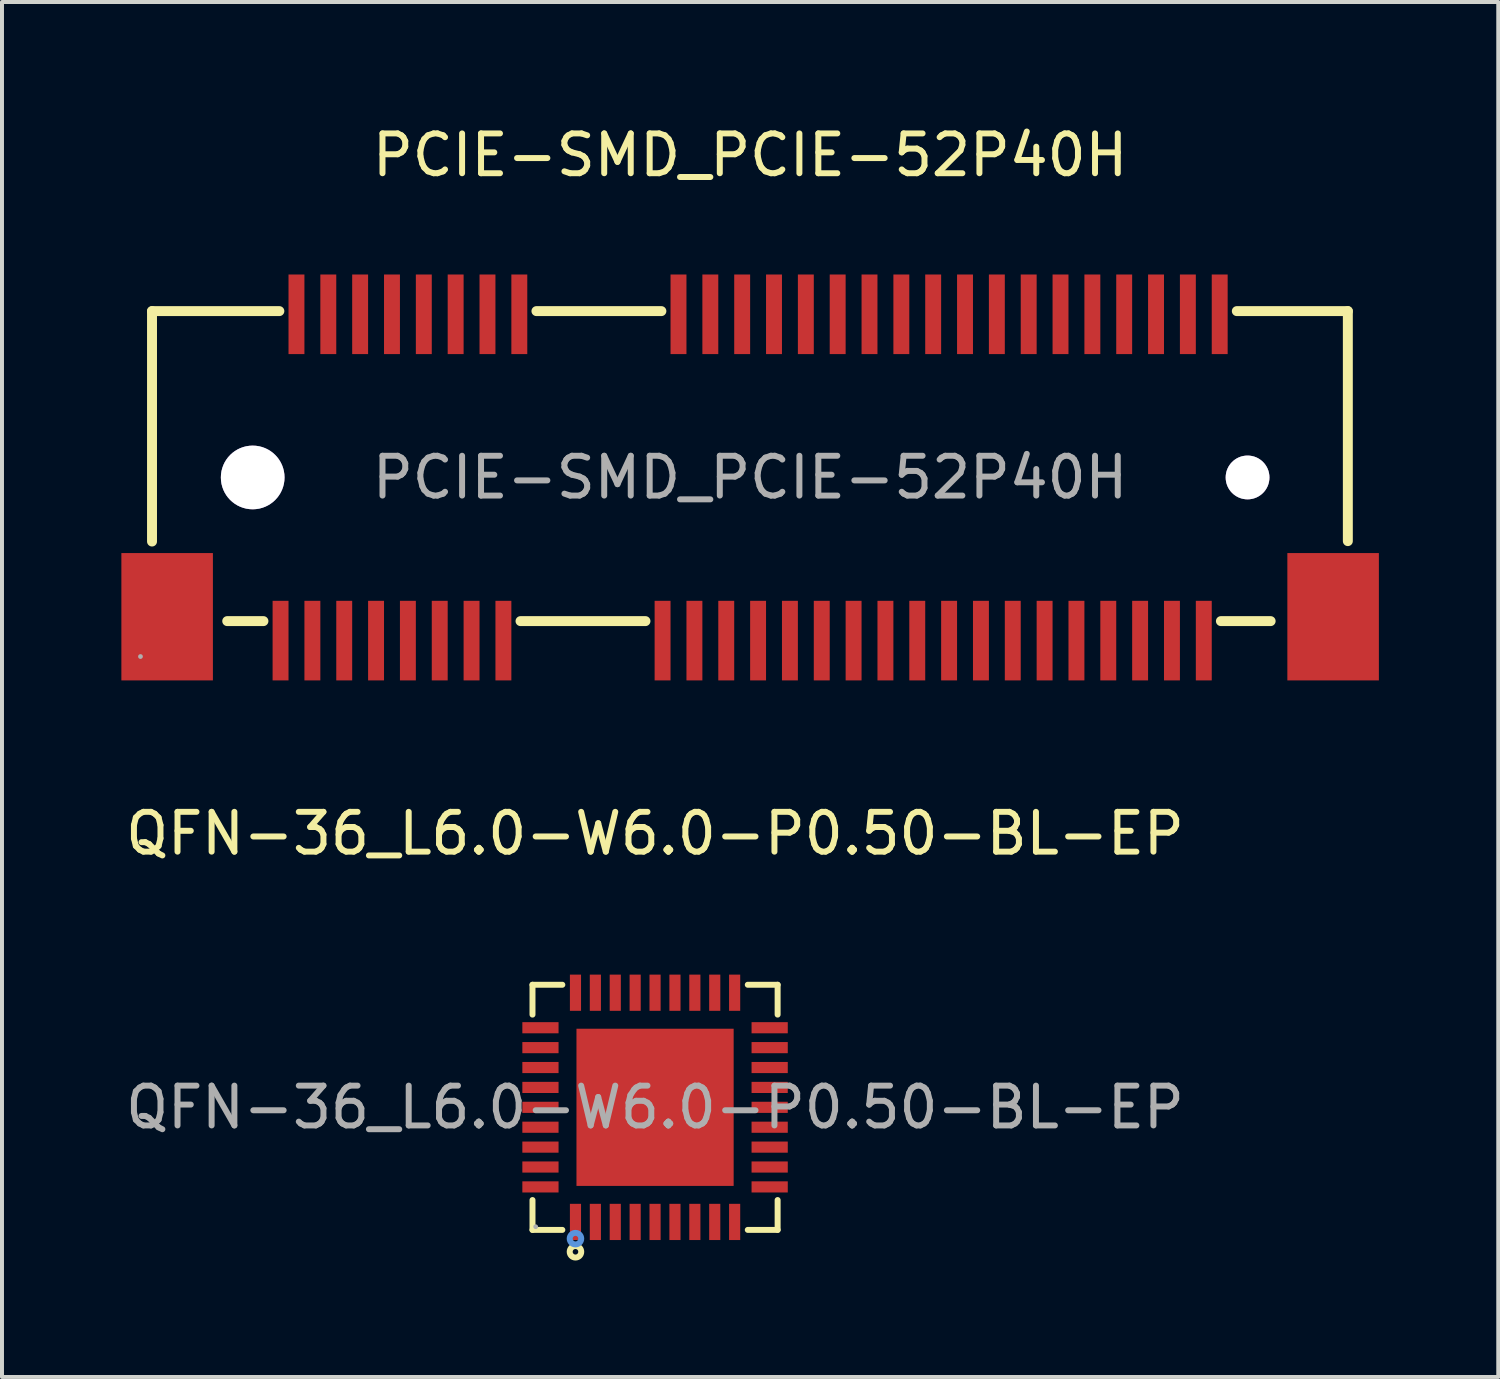
<source format=kicad_pcb>
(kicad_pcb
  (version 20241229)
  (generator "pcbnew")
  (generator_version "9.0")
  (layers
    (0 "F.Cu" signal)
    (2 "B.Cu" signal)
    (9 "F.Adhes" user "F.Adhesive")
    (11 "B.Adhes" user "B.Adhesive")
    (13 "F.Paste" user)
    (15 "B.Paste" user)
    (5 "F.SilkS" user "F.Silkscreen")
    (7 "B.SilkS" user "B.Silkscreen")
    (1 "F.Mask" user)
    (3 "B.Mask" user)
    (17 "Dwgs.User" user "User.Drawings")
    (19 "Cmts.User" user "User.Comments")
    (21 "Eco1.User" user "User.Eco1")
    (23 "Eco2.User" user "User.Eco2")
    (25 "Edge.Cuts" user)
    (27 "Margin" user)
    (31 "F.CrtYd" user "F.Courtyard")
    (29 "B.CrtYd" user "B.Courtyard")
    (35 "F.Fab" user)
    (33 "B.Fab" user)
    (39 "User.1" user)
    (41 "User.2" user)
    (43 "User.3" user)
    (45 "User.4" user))
  (footprint "QFN-36_L6.0-W6.0-P0.50-BL-EP"
    (layer "F.Cu")
    (at 13.411 24.776)
    (property "Reference" "QFN-36_L6.0-W6.0-P0.50-BL-EP" (at 0 -6.88 0) (layer "F.SilkS") (effects (font (size 1 1) (thickness 0.15))))
    (attr through_hole)
    (fp_line (start -3.08 -3.08) (end -2.33 -3.08) (stroke (width 0.15) (type solid)) (layer "F.SilkS"))
    (fp_line (start -3.08 -2.33) (end -3.08 -3.08) (stroke (width 0.15) (type solid)) (layer "F.SilkS"))
    (fp_line (start -3.08 2.33) (end -3.08 3.08) (stroke (width 0.15) (type solid)) (layer "F.SilkS"))
    (fp_line (start -3.08 3.08) (end -2.33 3.08) (stroke (width 0.15) (type solid)) (layer "F.SilkS"))
    (fp_line (start 3.08 -3.08) (end 2.33 -3.08) (stroke (width 0.15) (type solid)) (layer "F.SilkS"))
    (fp_line (start 3.08 -2.33) (end 3.08 -3.08) (stroke (width 0.15) (type solid)) (layer "F.SilkS"))
    (fp_line (start 3.08 2.33) (end 3.08 3.08) (stroke (width 0.15) (type solid)) (layer "F.SilkS"))
    (fp_line (start 3.08 3.08) (end 2.33 3.08) (stroke (width 0.15) (type solid)) (layer "F.SilkS"))
    (fp_circle (center -2 3.63) (end -1.93 3.63) (stroke (width 0.15) (type solid)) (fill no) (layer "F.SilkS"))
    (fp_circle (center -2 3.3) (end -1.93 3.3) (stroke (width 0.15) (type solid)) (fill no) (layer "Cmts.User"))
    (fp_circle (center -3 3) (end -2.97 3) (stroke (width 0.06) (type solid)) (fill no) (layer "F.Fab"))
    (fp_text user "${REFERENCE}" (at 0 0 0) (layer "F.Fab") (effects (font (size 1 1) (thickness 0.15))))
    (pad "1" smd rect (at -2 2.88) (size 0.28 0.91) (layers "F.Cu" "F.Mask" "F.Paste"))
    (pad "2" smd rect (at -1.5 2.88) (size 0.28 0.91) (layers "F.Cu" "F.Mask" "F.Paste"))
    (pad "3" smd rect (at -1 2.88) (size 0.28 0.91) (layers "F.Cu" "F.Mask" "F.Paste"))
    (pad "4" smd rect (at -0.5 2.88) (size 0.28 0.91) (layers "F.Cu" "F.Mask" "F.Paste"))
    (pad "5" smd rect (at 0 2.88) (size 0.28 0.91) (layers "F.Cu" "F.Mask" "F.Paste"))
    (pad "6" smd rect (at 0.5 2.88) (size 0.28 0.91) (layers "F.Cu" "F.Mask" "F.Paste"))
    (pad "7" smd rect (at 1 2.88) (size 0.28 0.91) (layers "F.Cu" "F.Mask" "F.Paste"))
    (pad "8" smd rect (at 1.5 2.88) (size 0.28 0.91) (layers "F.Cu" "F.Mask" "F.Paste"))
    (pad "9" smd rect (at 2 2.88) (size 0.28 0.91) (layers "F.Cu" "F.Mask" "F.Paste"))
    (pad "10" smd rect (at 2.88 2) (size 0.91 0.28) (layers "F.Cu" "F.Mask" "F.Paste"))
    (pad "11" smd rect (at 2.88 1.5) (size 0.91 0.28) (layers "F.Cu" "F.Mask" "F.Paste"))
    (pad "12" smd rect (at 2.88 1) (size 0.91 0.28) (layers "F.Cu" "F.Mask" "F.Paste"))
    (pad "13" smd rect (at 2.88 0.5) (size 0.91 0.28) (layers "F.Cu" "F.Mask" "F.Paste"))
    (pad "14" smd rect (at 2.88 0) (size 0.91 0.28) (layers "F.Cu" "F.Mask" "F.Paste"))
    (pad "15" smd rect (at 2.88 -0.5) (size 0.91 0.28) (layers "F.Cu" "F.Mask" "F.Paste"))
    (pad "16" smd rect (at 2.88 -1) (size 0.91 0.28) (layers "F.Cu" "F.Mask" "F.Paste"))
    (pad "17" smd rect (at 2.88 -1.5) (size 0.91 0.28) (layers "F.Cu" "F.Mask" "F.Paste"))
    (pad "18" smd rect (at 2.88 -2) (size 0.91 0.28) (layers "F.Cu" "F.Mask" "F.Paste"))
    (pad "19" smd rect (at 2 -2.88) (size 0.28 0.91) (layers "F.Cu" "F.Mask" "F.Paste"))
    (pad "20" smd rect (at 1.5 -2.88) (size 0.28 0.91) (layers "F.Cu" "F.Mask" "F.Paste"))
    (pad "21" smd rect (at 1 -2.88) (size 0.28 0.91) (layers "F.Cu" "F.Mask" "F.Paste"))
    (pad "22" smd rect (at 0.5 -2.88) (size 0.28 0.91) (layers "F.Cu" "F.Mask" "F.Paste"))
    (pad "23" smd rect (at 0 -2.88) (size 0.28 0.91) (layers "F.Cu" "F.Mask" "F.Paste"))
    (pad "24" smd rect (at -0.5 -2.88) (size 0.28 0.91) (layers "F.Cu" "F.Mask" "F.Paste"))
    (pad "25" smd rect (at -1 -2.88) (size 0.28 0.91) (layers "F.Cu" "F.Mask" "F.Paste"))
    (pad "26" smd rect (at -1.5 -2.88) (size 0.28 0.91) (layers "F.Cu" "F.Mask" "F.Paste"))
    (pad "27" smd rect (at -2 -2.88) (size 0.28 0.91) (layers "F.Cu" "F.Mask" "F.Paste"))
    (pad "28" smd rect (at -2.88 -2) (size 0.91 0.28) (layers "F.Cu" "F.Mask" "F.Paste"))
    (pad "29" smd rect (at -2.88 -1.5) (size 0.91 0.28) (layers "F.Cu" "F.Mask" "F.Paste"))
    (pad "30" smd rect (at -2.88 -1) (size 0.91 0.28) (layers "F.Cu" "F.Mask" "F.Paste"))
    (pad "31" smd rect (at -2.88 -0.5) (size 0.91 0.28) (layers "F.Cu" "F.Mask" "F.Paste"))
    (pad "32" smd rect (at -2.88 0) (size 0.91 0.28) (layers "F.Cu" "F.Mask" "F.Paste"))
    (pad "33" smd rect (at -2.88 0.5) (size 0.91 0.28) (layers "F.Cu" "F.Mask" "F.Paste"))
    (pad "34" smd rect (at -2.88 1) (size 0.91 0.28) (layers "F.Cu" "F.Mask" "F.Paste"))
    (pad "35" smd rect (at -2.88 1.5) (size 0.91 0.28) (layers "F.Cu" "F.Mask" "F.Paste"))
    (pad "36" smd rect (at -2.88 2) (size 0.91 0.28) (layers "F.Cu" "F.Mask" "F.Paste"))
    (pad "37" smd rect (at 0 0) (size 3.95 3.95) (layers "F.Cu" "F.Mask" "F.Paste")))
  (footprint "PCIE-SMD_PCIE-52P40H"
    (layer "F.Cu")
    (at 15.8 8.948)
    (property "Reference" "PCIE-SMD_PCIE-52P40H" (at 0 -8.1 0) (layer "F.SilkS") (effects (font (size 1 1) (thickness 0.15))))
    (attr through_hole)
    (fp_line (start -15.03 -4.18) (end -11.83 -4.18) (stroke (width 0.25) (type solid)) (layer "F.SilkS"))
    (fp_line (start -15.03 1.61) (end -15.03 -4.18) (stroke (width 0.25) (type solid)) (layer "F.SilkS"))
    (fp_line (start -13.14 3.61) (end -12.23 3.61) (stroke (width 0.25) (type solid)) (layer "F.SilkS"))
    (fp_line (start -5.77 3.61) (end -2.63 3.61) (stroke (width 0.25) (type solid)) (layer "F.SilkS"))
    (fp_line (start -5.37 -4.18) (end -2.23 -4.18) (stroke (width 0.25) (type solid)) (layer "F.SilkS"))
    (fp_line (start 11.83 3.61) (end 13.08 3.61) (stroke (width 0.25) (type solid)) (layer "F.SilkS"))
    (fp_line (start 12.23 -4.18) (end 15.02 -4.18) (stroke (width 0.25) (type solid)) (layer "F.SilkS"))
    (fp_line (start 15.02 -4.18) (end 15.02 1.6) (stroke (width 0.25) (type solid)) (layer "F.SilkS"))
    (fp_circle (center -12.5 0) (end -12.14 0) (stroke (width 0.72) (type solid)) (fill no) (layer "Cmts.User"))
    (fp_circle (center 12.5 0) (end 12.74 0) (stroke (width 0.48) (type solid)) (fill no) (layer "Cmts.User"))
    (fp_circle (center -15.32 4.5) (end -15.29 4.5) (stroke (width 0.06) (type solid)) (fill no) (layer "F.Fab"))
    (fp_text user "${REFERENCE}" (at 0 0 0) (layer "F.Fab") (effects (font (size 1 1) (thickness 0.15))))
    (pad "" thru_hole circle (at -12.5 0) (size 1.6 1.6) (drill 1.6) (layers "*.Cu" "*.Mask"))
    (pad "" thru_hole circle (at 12.5 0) (size 1.1 1.1) (drill 1.1) (layers "*.Cu" "*.Mask"))
    (pad "1" smd rect (at -11.8 4.1) (size 0.4 2) (layers "F.Cu" "F.Mask" "F.Paste"))
    (pad "2" smd rect (at -11.4 -4.1) (size 0.4 2) (layers "F.Cu" "F.Mask" "F.Paste"))
    (pad "3" smd rect (at -11 4.1) (size 0.4 2) (layers "F.Cu" "F.Mask" "F.Paste"))
    (pad "4" smd rect (at -10.6 -4.1) (size 0.4 2) (layers "F.Cu" "F.Mask" "F.Paste"))
    (pad "5" smd rect (at -10.2 4.1) (size 0.4 2) (layers "F.Cu" "F.Mask" "F.Paste"))
    (pad "6" smd rect (at -9.8 -4.1) (size 0.4 2) (layers "F.Cu" "F.Mask" "F.Paste"))
    (pad "7" smd rect (at -9.4 4.1) (size 0.4 2) (layers "F.Cu" "F.Mask" "F.Paste"))
    (pad "8" smd rect (at -9 -4.1) (size 0.4 2) (layers "F.Cu" "F.Mask" "F.Paste"))
    (pad "9" smd rect (at -8.6 4.1) (size 0.4 2) (layers "F.Cu" "F.Mask" "F.Paste"))
    (pad "10" smd rect (at -8.2 -4.1) (size 0.4 2) (layers "F.Cu" "F.Mask" "F.Paste"))
    (pad "11" smd rect (at -7.8 4.1) (size 0.4 2) (layers "F.Cu" "F.Mask" "F.Paste"))
    (pad "12" smd rect (at -7.4 -4.1) (size 0.4 2) (layers "F.Cu" "F.Mask" "F.Paste"))
    (pad "13" smd rect (at -7 4.1) (size 0.4 2) (layers "F.Cu" "F.Mask" "F.Paste"))
    (pad "14" smd rect (at -6.6 -4.1) (size 0.4 2) (layers "F.Cu" "F.Mask" "F.Paste"))
    (pad "15" smd rect (at -6.2 4.1) (size 0.4 2) (layers "F.Cu" "F.Mask" "F.Paste"))
    (pad "16" smd rect (at -5.8 -4.1) (size 0.4 2) (layers "F.Cu" "F.Mask" "F.Paste"))
    (pad "17" smd rect (at -2.2 4.1) (size 0.4 2) (layers "F.Cu" "F.Mask" "F.Paste"))
    (pad "18" smd rect (at -1.8 -4.1) (size 0.4 2) (layers "F.Cu" "F.Mask" "F.Paste"))
    (pad "19" smd rect (at -1.4 4.1) (size 0.4 2) (layers "F.Cu" "F.Mask" "F.Paste"))
    (pad "20" smd rect (at -1 -4.1) (size 0.4 2) (layers "F.Cu" "F.Mask" "F.Paste"))
    (pad "21" smd rect (at -0.6 4.1) (size 0.4 2) (layers "F.Cu" "F.Mask" "F.Paste"))
    (pad "22" smd rect (at -0.2 -4.1) (size 0.4 2) (layers "F.Cu" "F.Mask" "F.Paste"))
    (pad "23" smd rect (at 0.2 4.1) (size 0.4 2) (layers "F.Cu" "F.Mask" "F.Paste"))
    (pad "24" smd rect (at 0.6 -4.1) (size 0.4 2) (layers "F.Cu" "F.Mask" "F.Paste"))
    (pad "25" smd rect (at 1 4.1) (size 0.4 2) (layers "F.Cu" "F.Mask" "F.Paste"))
    (pad "26" smd rect (at 1.4 -4.1) (size 0.4 2) (layers "F.Cu" "F.Mask" "F.Paste"))
    (pad "27" smd rect (at 1.8 4.1) (size 0.4 2) (layers "F.Cu" "F.Mask" "F.Paste"))
    (pad "28" smd rect (at 2.2 -4.1) (size 0.4 2) (layers "F.Cu" "F.Mask" "F.Paste"))
    (pad "29" smd rect (at 2.6 4.1) (size 0.4 2) (layers "F.Cu" "F.Mask" "F.Paste"))
    (pad "30" smd rect (at 3 -4.1) (size 0.4 2) (layers "F.Cu" "F.Mask" "F.Paste"))
    (pad "31" smd rect (at 3.4 4.1) (size 0.4 2) (layers "F.Cu" "F.Mask" "F.Paste"))
    (pad "32" smd rect (at 3.8 -4.1) (size 0.4 2) (layers "F.Cu" "F.Mask" "F.Paste"))
    (pad "33" smd rect (at 4.2 4.1) (size 0.4 2) (layers "F.Cu" "F.Mask" "F.Paste"))
    (pad "34" smd rect (at 4.6 -4.1) (size 0.4 2) (layers "F.Cu" "F.Mask" "F.Paste"))
    (pad "35" smd rect (at 5 4.1) (size 0.4 2) (layers "F.Cu" "F.Mask" "F.Paste"))
    (pad "36" smd rect (at 5.4 -4.1) (size 0.4 2) (layers "F.Cu" "F.Mask" "F.Paste"))
    (pad "37" smd rect (at 5.8 4.1) (size 0.4 2) (layers "F.Cu" "F.Mask" "F.Paste"))
    (pad "38" smd rect (at 6.2 -4.1) (size 0.4 2) (layers "F.Cu" "F.Mask" "F.Paste"))
    (pad "39" smd rect (at 6.6 4.1) (size 0.4 2) (layers "F.Cu" "F.Mask" "F.Paste"))
    (pad "40" smd rect (at 7 -4.1) (size 0.4 2) (layers "F.Cu" "F.Mask" "F.Paste"))
    (pad "41" smd rect (at 7.4 4.1) (size 0.4 2) (layers "F.Cu" "F.Mask" "F.Paste"))
    (pad "42" smd rect (at 7.8 -4.1) (size 0.4 2) (layers "F.Cu" "F.Mask" "F.Paste"))
    (pad "43" smd rect (at 8.2 4.1) (size 0.4 2) (layers "F.Cu" "F.Mask" "F.Paste"))
    (pad "44" smd rect (at 8.6 -4.1) (size 0.4 2) (layers "F.Cu" "F.Mask" "F.Paste"))
    (pad "45" smd rect (at 9 4.1) (size 0.4 2) (layers "F.Cu" "F.Mask" "F.Paste"))
    (pad "46" smd rect (at 9.4 -4.1) (size 0.4 2) (layers "F.Cu" "F.Mask" "F.Paste"))
    (pad "47" smd rect (at 9.8 4.1) (size 0.4 2) (layers "F.Cu" "F.Mask" "F.Paste"))
    (pad "48" smd rect (at 10.2 -4.1) (size 0.4 2) (layers "F.Cu" "F.Mask" "F.Paste"))
    (pad "49" smd rect (at 10.6 4.1) (size 0.4 2) (layers "F.Cu" "F.Mask" "F.Paste"))
    (pad "50" smd rect (at 11 -4.1) (size 0.4 2) (layers "F.Cu" "F.Mask" "F.Paste"))
    (pad "51" smd rect (at 11.4 4.1) (size 0.4 2) (layers "F.Cu" "F.Mask" "F.Paste"))
    (pad "52" smd rect (at 11.8 -4.1) (size 0.4 2) (layers "F.Cu" "F.Mask" "F.Paste"))
    (pad "53" smd rect (at 14.65 3.5) (size 2.3 3.2) (layers "F.Cu" "F.Mask" "F.Paste"))
    (pad "54" smd rect (at -14.65 3.5) (size 2.3 3.2) (layers "F.Cu" "F.Mask" "F.Paste")))
  (gr_rect
    (start -3 -3)
    (end 34.6 31.552)
    (stroke (width 0.1) (type default))
    (fill no)
    (layer "Edge.Cuts")))
</source>
